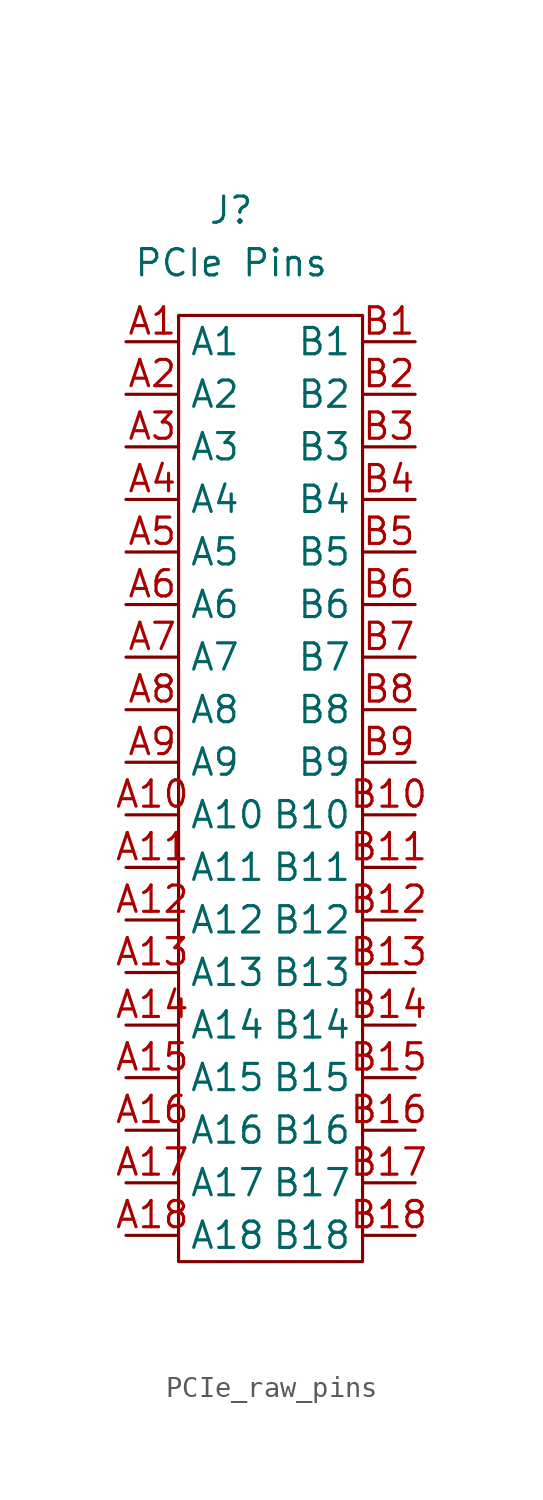
<source format=kicad_sym>
(kicad_symbol_lib
  (version 20220914)
  (generator kicad_symbol_editor)
  (symbol "PCIe_raw_pins"
    (property "Reference" "J"
      (at 1.27 5.08 0)
      (effects (font (size 1.27 1.27))))
    (property "Value" "PCIe Pins"
      (at 1.27 2.54 0)
      (effects (font (size 1.27 1.27))))
    (symbol "PCIe_raw_pins_0_1"
      (rectangle (start -1.27 0) (end 7.62 -45.72) (stroke (width 0) (type default)) (fill (type none))))
    (symbol "PCIe_raw_pins_1_1"
      (pin bidirectional line (at -3.81 -1.27 0) (length 2.54) (name "A1" (effects (font (size 1.27 1.27)))) (number "A1" (effects (font (size 1.27 1.27)))))
      (pin bidirectional line (at -3.81 -24.13 0) (length 2.54) (name "A10" (effects (font (size 1.27 1.27)))) (number "A10" (effects (font (size 1.27 1.27)))))
      (pin bidirectional line (at -3.81 -26.67 0) (length 2.54) (name "A11" (effects (font (size 1.27 1.27)))) (number "A11" (effects (font (size 1.27 1.27)))))
      (pin bidirectional line (at -3.81 -29.21 0) (length 2.54) (name "A12" (effects (font (size 1.27 1.27)))) (number "A12" (effects (font (size 1.27 1.27)))))
      (pin bidirectional line (at -3.81 -31.75 0) (length 2.54) (name "A13" (effects (font (size 1.27 1.27)))) (number "A13" (effects (font (size 1.27 1.27)))))
      (pin bidirectional line (at -3.81 -34.29 0) (length 2.54) (name "A14" (effects (font (size 1.27 1.27)))) (number "A14" (effects (font (size 1.27 1.27)))))
      (pin bidirectional line (at -3.81 -36.83 0) (length 2.54) (name "A15" (effects (font (size 1.27 1.27)))) (number "A15" (effects (font (size 1.27 1.27)))))
      (pin bidirectional line (at -3.81 -39.37 0) (length 2.54) (name "A16" (effects (font (size 1.27 1.27)))) (number "A16" (effects (font (size 1.27 1.27)))))
      (pin bidirectional line (at -3.81 -41.91 0) (length 2.54) (name "A17" (effects (font (size 1.27 1.27)))) (number "A17" (effects (font (size 1.27 1.27)))))
      (pin bidirectional line (at -3.81 -44.45 0) (length 2.54) (name "A18" (effects (font (size 1.27 1.27)))) (number "A18" (effects (font (size 1.27 1.27)))))
      (pin bidirectional line (at -3.81 -3.81 0) (length 2.54) (name "A2" (effects (font (size 1.27 1.27)))) (number "A2" (effects (font (size 1.27 1.27)))))
      (pin bidirectional line (at -3.81 -6.35 0) (length 2.54) (name "A3" (effects (font (size 1.27 1.27)))) (number "A3" (effects (font (size 1.27 1.27)))))
      (pin bidirectional line (at -3.81 -8.89 0) (length 2.54) (name "A4" (effects (font (size 1.27 1.27)))) (number "A4" (effects (font (size 1.27 1.27)))))
      (pin bidirectional line (at -3.81 -11.43 0) (length 2.54) (name "A5" (effects (font (size 1.27 1.27)))) (number "A5" (effects (font (size 1.27 1.27)))))
      (pin bidirectional line (at -3.81 -13.97 0) (length 2.54) (name "A6" (effects (font (size 1.27 1.27)))) (number "A6" (effects (font (size 1.27 1.27)))))
      (pin bidirectional line (at -3.81 -16.51 0) (length 2.54) (name "A7" (effects (font (size 1.27 1.27)))) (number "A7" (effects (font (size 1.27 1.27)))))
      (pin bidirectional line (at -3.81 -19.05 0) (length 2.54) (name "A8" (effects (font (size 1.27 1.27)))) (number "A8" (effects (font (size 1.27 1.27)))))
      (pin bidirectional line (at -3.81 -21.59 0) (length 2.54) (name "A9" (effects (font (size 1.27 1.27)))) (number "A9" (effects (font (size 1.27 1.27)))))
      (pin bidirectional line (at 10.16 -1.27 180) (length 2.54) (name "B1" (effects (font (size 1.27 1.27)))) (number "B1" (effects (font (size 1.27 1.27)))))
      (pin bidirectional line (at 10.16 -24.13 180) (length 2.54) (name "B10" (effects (font (size 1.27 1.27)))) (number "B10" (effects (font (size 1.27 1.27)))))
      (pin bidirectional line (at 10.16 -26.67 180) (length 2.54) (name "B11" (effects (font (size 1.27 1.27)))) (number "B11" (effects (font (size 1.27 1.27)))))
      (pin bidirectional line (at 10.16 -29.21 180) (length 2.54) (name "B12" (effects (font (size 1.27 1.27)))) (number "B12" (effects (font (size 1.27 1.27)))))
      (pin bidirectional line (at 10.16 -31.75 180) (length 2.54) (name "B13" (effects (font (size 1.27 1.27)))) (number "B13" (effects (font (size 1.27 1.27)))))
      (pin bidirectional line (at 10.16 -34.29 180) (length 2.54) (name "B14" (effects (font (size 1.27 1.27)))) (number "B14" (effects (font (size 1.27 1.27)))))
      (pin bidirectional line (at 10.16 -36.83 180) (length 2.54) (name "B15" (effects (font (size 1.27 1.27)))) (number "B15" (effects (font (size 1.27 1.27)))))
      (pin bidirectional line (at 10.16 -39.37 180) (length 2.54) (name "B16" (effects (font (size 1.27 1.27)))) (number "B16" (effects (font (size 1.27 1.27)))))
      (pin bidirectional line (at 10.16 -41.91 180) (length 2.54) (name "B17" (effects (font (size 1.27 1.27)))) (number "B17" (effects (font (size 1.27 1.27)))))
      (pin bidirectional line (at 10.16 -44.45 180) (length 2.54) (name "B18" (effects (font (size 1.27 1.27)))) (number "B18" (effects (font (size 1.27 1.27)))))
      (pin bidirectional line (at 10.16 -3.81 180) (length 2.54) (name "B2" (effects (font (size 1.27 1.27)))) (number "B2" (effects (font (size 1.27 1.27)))))
      (pin bidirectional line (at 10.16 -6.35 180) (length 2.54) (name "B3" (effects (font (size 1.27 1.27)))) (number "B3" (effects (font (size 1.27 1.27)))))
      (pin bidirectional line (at 10.16 -8.89 180) (length 2.54) (name "B4" (effects (font (size 1.27 1.27)))) (number "B4" (effects (font (size 1.27 1.27)))))
      (pin bidirectional line (at 10.16 -11.43 180) (length 2.54) (name "B5" (effects (font (size 1.27 1.27)))) (number "B5" (effects (font (size 1.27 1.27)))))
      (pin bidirectional line (at 10.16 -13.97 180) (length 2.54) (name "B6" (effects (font (size 1.27 1.27)))) (number "B6" (effects (font (size 1.27 1.27)))))
      (pin bidirectional line (at 10.16 -16.51 180) (length 2.54) (name "B7" (effects (font (size 1.27 1.27)))) (number "B7" (effects (font (size 1.27 1.27)))))
      (pin bidirectional line (at 10.16 -19.05 180) (length 2.54) (name "B8" (effects (font (size 1.27 1.27)))) (number "B8" (effects (font (size 1.27 1.27)))))
      (pin bidirectional line (at 10.16 -21.59 180) (length 2.54) (name "B9" (effects (font (size 1.27 1.27)))) (number "B9" (effects (font (size 1.27 1.27))))))))
</source>
